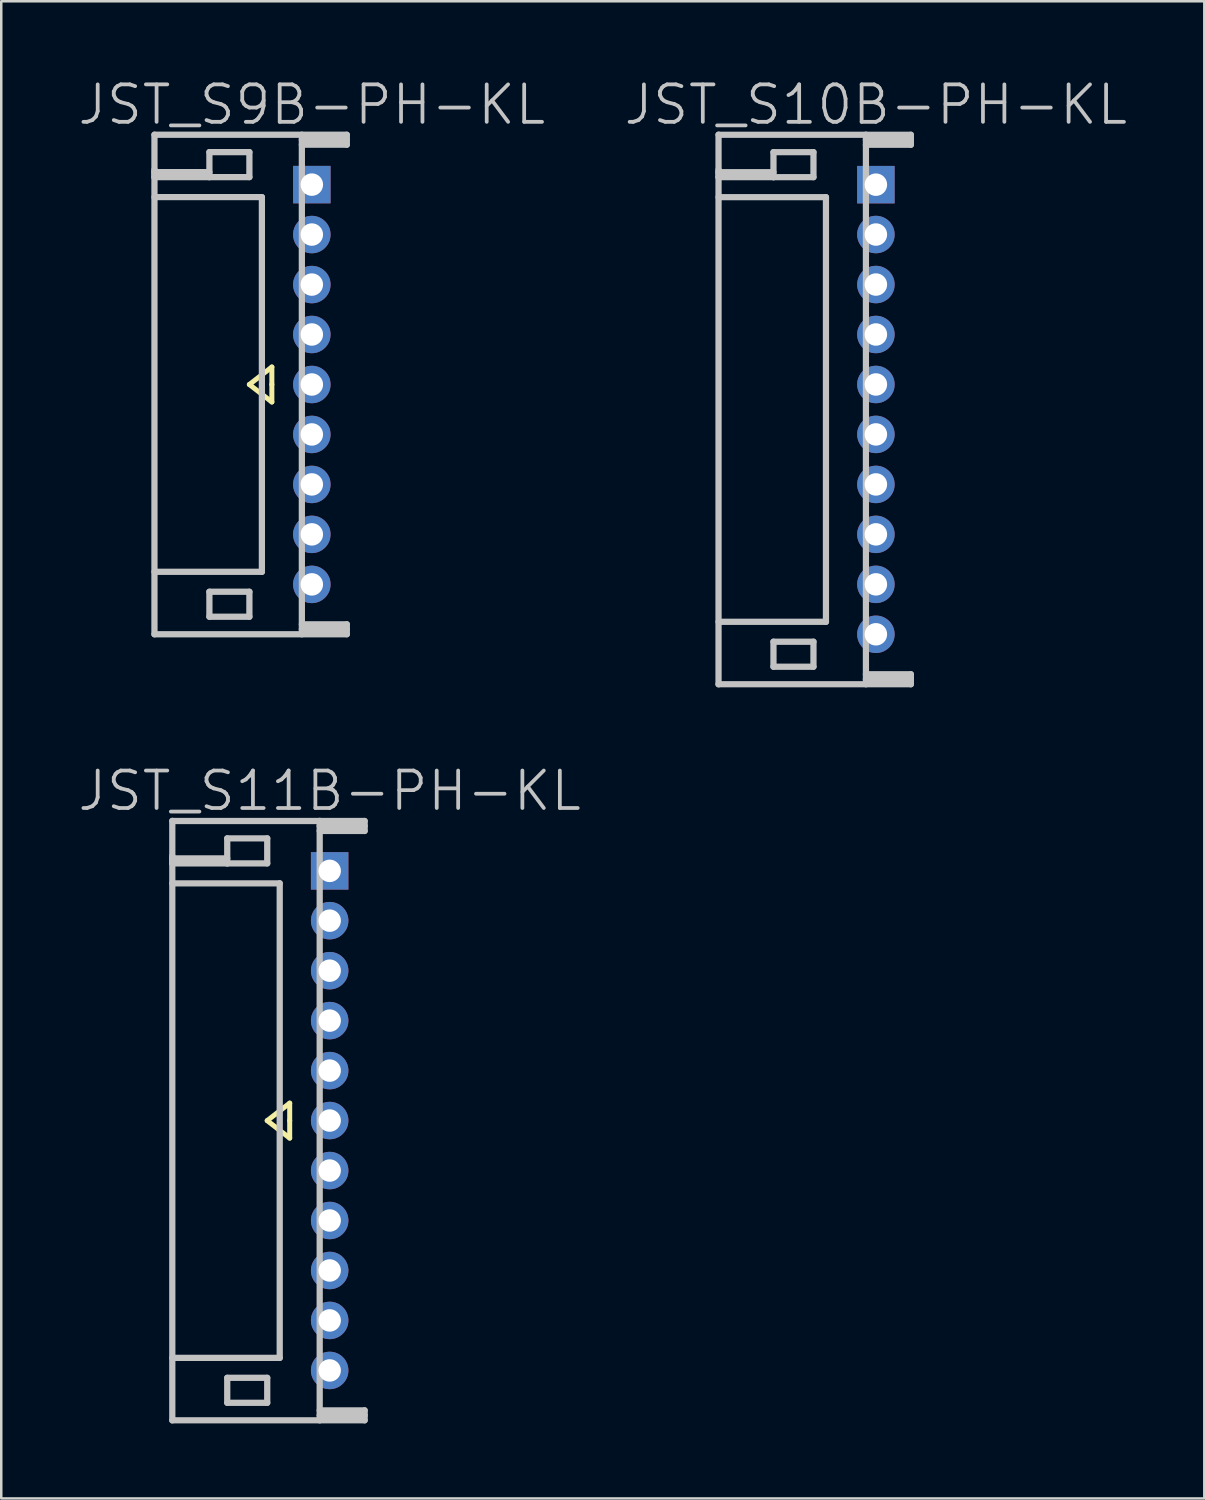
<source format=kicad_pcb>
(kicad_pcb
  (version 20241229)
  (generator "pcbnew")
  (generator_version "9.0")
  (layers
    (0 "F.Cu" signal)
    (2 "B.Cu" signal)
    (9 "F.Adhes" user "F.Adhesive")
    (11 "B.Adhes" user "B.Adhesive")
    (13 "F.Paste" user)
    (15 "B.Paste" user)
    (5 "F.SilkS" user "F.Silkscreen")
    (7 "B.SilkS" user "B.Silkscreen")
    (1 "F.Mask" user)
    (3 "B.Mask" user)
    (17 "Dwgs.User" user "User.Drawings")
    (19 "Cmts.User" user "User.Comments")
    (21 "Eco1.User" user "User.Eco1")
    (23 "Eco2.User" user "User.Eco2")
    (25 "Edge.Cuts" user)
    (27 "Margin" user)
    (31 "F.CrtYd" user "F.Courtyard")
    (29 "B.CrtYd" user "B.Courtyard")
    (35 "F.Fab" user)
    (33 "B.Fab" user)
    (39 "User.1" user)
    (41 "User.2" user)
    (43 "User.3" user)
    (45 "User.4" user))
  (footprint "JST_S10B-PH-KL"
    (layer "F.Cu")
    (at 32.011 13.341)
    (property "Reference" "JST_S10B-PH-KL" (at 0 -12.2 180) (layer "Dwgs.User") (effects (font (size 1.5 1.5) (thickness 0.15))))
    (attr through_hole)
    (fp_line (start -6.299 -11.001) (end -6.299 11.001) (stroke (width 0.25) (type solid)) (layer "Dwgs.User"))
    (fp_line (start -6.299 -9.499) (end -4.1 -9.499) (stroke (width 0.25) (type solid)) (layer "Dwgs.User"))
    (fp_line (start -6.299 -9.299) (end -6.299 -9.599) (stroke (width 0.25) (type solid)) (layer "Dwgs.User"))
    (fp_line (start -6.299 10.998) (end 1.4 10.998) (stroke (width 0.25) (type solid)) (layer "Dwgs.User"))
    (fp_line (start -4.1 -10.3) (end -2.499 -10.3) (stroke (width 0.25) (type solid)) (layer "Dwgs.User"))
    (fp_line (start -4.1 -9.299) (end -6.299 -9.299) (stroke (width 0.25) (type solid)) (layer "Dwgs.User"))
    (fp_line (start -4.1 -9.299) (end -4.1 -10.3) (stroke (width 0.25) (type solid)) (layer "Dwgs.User"))
    (fp_line (start -4.1 9.296) (end -2.499 9.296) (stroke (width 0.25) (type solid)) (layer "Dwgs.User"))
    (fp_line (start -4.1 10.297) (end -4.1 9.296) (stroke (width 0.25) (type solid)) (layer "Dwgs.User"))
    (fp_line (start -2.499 -10.3) (end -2.499 -9.299) (stroke (width 0.25) (type solid)) (layer "Dwgs.User"))
    (fp_line (start -2.499 -9.299) (end -4.1 -9.299) (stroke (width 0.25) (type solid)) (layer "Dwgs.User"))
    (fp_line (start -2.499 9.296) (end -2.499 10.297) (stroke (width 0.25) (type solid)) (layer "Dwgs.User"))
    (fp_line (start -2.499 10.297) (end -4.1 10.297) (stroke (width 0.25) (type solid)) (layer "Dwgs.User"))
    (fp_line (start -1.999 -8.499) (end -6.299 -8.499) (stroke (width 0.25) (type solid)) (layer "Dwgs.User"))
    (fp_line (start -1.999 8.499) (end -6.299 8.499) (stroke (width 0.25) (type solid)) (layer "Dwgs.User"))
    (fp_line (start -1.999 8.499) (end -1.999 -8.499) (stroke (width 0.25) (type solid)) (layer "Dwgs.User"))
    (fp_line (start -0.399 -11.001) (end -0.399 11.001) (stroke (width 0.25) (type solid)) (layer "Dwgs.User"))
    (fp_line (start -0.399 -10.597) (end 1.4 -10.597) (stroke (width 0.25) (type solid)) (layer "Dwgs.User"))
    (fp_line (start 1.4 -10.996) (end -6.299 -10.996) (stroke (width 0.25) (type solid)) (layer "Dwgs.User"))
    (fp_line (start 1.4 -10.795) (end -0.399 -10.795) (stroke (width 0.25) (type solid)) (layer "Dwgs.User"))
    (fp_line (start 1.4 -10.597) (end 1.4 -10.996) (stroke (width 0.25) (type solid)) (layer "Dwgs.User"))
    (fp_line (start 1.4 10.599) (end -0.399 10.599) (stroke (width 0.25) (type solid)) (layer "Dwgs.User"))
    (fp_line (start 1.4 10.798) (end -0.399 10.798) (stroke (width 0.25) (type solid)) (layer "Dwgs.User"))
    (fp_line (start 1.4 10.998) (end 1.4 10.599) (stroke (width 0.25) (type solid)) (layer "Dwgs.User"))
    (pad "1" thru_hole rect (at 0 -8.999 270) (size 1.5 1.5) (drill 0.9) (layers "*.Cu" "*.Mask"))
    (pad "2" thru_hole circle (at 0 -7.003 270) (size 1.5 1.5) (drill 0.9) (layers "*.Cu" "*.Mask"))
    (pad "3" thru_hole circle (at 0 -5.001 270) (size 1.5 1.5) (drill 0.9) (layers "*.Cu" "*.Mask"))
    (pad "4" thru_hole circle (at 0 -3.002 270) (size 1.5 1.5) (drill 0.9) (layers "*.Cu" "*.Mask"))
    (pad "5" thru_hole circle (at 0 -1.001 270) (size 1.5 1.5) (drill 0.9) (layers "*.Cu" "*.Mask"))
    (pad "6" thru_hole circle (at 0 0.998 270) (size 1.5 1.5) (drill 0.9) (layers "*.Cu" "*.Mask"))
    (pad "7" thru_hole circle (at 0 3 270) (size 1.5 1.5) (drill 0.9) (layers "*.Cu" "*.Mask"))
    (pad "8" thru_hole circle (at 0 4.999 270) (size 1.5 1.5) (drill 0.9) (layers "*.Cu" "*.Mask"))
    (pad "9" thru_hole circle (at 0 7 270) (size 1.5 1.5) (drill 0.9) (layers "*.Cu" "*.Mask"))
    (pad "10" thru_hole circle (at 0 8.999 270) (size 1.5 1.5) (drill 0.9) (layers "*.Cu" "*.Mask")))
  (footprint "JST_S9B-PH-KL"
    (layer "F.Cu")
    (at 9.432 12.341)
    (property "Reference" "JST_S9B-PH-KL" (at 0 -11.2 180) (layer "Dwgs.User") (effects (font (size 1.5 1.5) (thickness 0.15))))
    (attr through_hole)
    (fp_line (start -2.5 0) (end -1.6 0.7) (stroke (width 0.2) (type solid)) (layer "F.SilkS"))
    (fp_line (start -1.6 -0.7) (end -2.5 0) (stroke (width 0.2) (type solid)) (layer "F.SilkS"))
    (fp_line (start -1.6 0) (end -1.6 -0.7) (stroke (width 0.2) (type solid)) (layer "F.SilkS"))
    (fp_line (start -1.6 0.7) (end -1.6 0) (stroke (width 0.2) (type solid)) (layer "F.SilkS"))
    (fp_line (start -6.299 -8.5) (end -4.1 -8.5) (stroke (width 0.25) (type solid)) (layer "Dwgs.User"))
    (fp_line (start -6.299 -8.301) (end -6.299 -8.6) (stroke (width 0.25) (type solid)) (layer "Dwgs.User"))
    (fp_line (start -6.299 9.997) (end 1.4 9.997) (stroke (width 0.25) (type solid)) (layer "Dwgs.User"))
    (fp_line (start -6.299 10) (end -6.299 -10) (stroke (width 0.25) (type solid)) (layer "Dwgs.User"))
    (fp_line (start -4.1 -9.301) (end -2.499 -9.301) (stroke (width 0.25) (type solid)) (layer "Dwgs.User"))
    (fp_line (start -4.1 -8.301) (end -6.299 -8.301) (stroke (width 0.25) (type solid)) (layer "Dwgs.User"))
    (fp_line (start -4.1 -8.301) (end -4.1 -9.301) (stroke (width 0.25) (type solid)) (layer "Dwgs.User"))
    (fp_line (start -4.1 8.296) (end -2.499 8.296) (stroke (width 0.25) (type solid)) (layer "Dwgs.User"))
    (fp_line (start -4.1 9.296) (end -4.1 8.296) (stroke (width 0.25) (type solid)) (layer "Dwgs.User"))
    (fp_line (start -2.499 -9.301) (end -2.499 -8.301) (stroke (width 0.25) (type solid)) (layer "Dwgs.User"))
    (fp_line (start -2.499 -8.301) (end -4.1 -8.301) (stroke (width 0.25) (type solid)) (layer "Dwgs.User"))
    (fp_line (start -2.499 8.296) (end -2.499 9.296) (stroke (width 0.25) (type solid)) (layer "Dwgs.User"))
    (fp_line (start -2.499 9.296) (end -4.1 9.296) (stroke (width 0.25) (type solid)) (layer "Dwgs.User"))
    (fp_line (start -1.999 -7.501) (end -6.299 -7.501) (stroke (width 0.25) (type solid)) (layer "Dwgs.User"))
    (fp_line (start -1.999 -7.501) (end -1.999 7.501) (stroke (width 0.25) (type solid)) (layer "Dwgs.User"))
    (fp_line (start -1.999 7.498) (end -6.299 7.498) (stroke (width 0.25) (type solid)) (layer "Dwgs.User"))
    (fp_line (start -0.399 -10) (end -0.399 10) (stroke (width 0.25) (type solid)) (layer "Dwgs.User"))
    (fp_line (start -0.399 -9.599) (end 1.4 -9.599) (stroke (width 0.25) (type solid)) (layer "Dwgs.User"))
    (fp_line (start 1.4 -9.997) (end -6.299 -9.997) (stroke (width 0.25) (type solid)) (layer "Dwgs.User"))
    (fp_line (start 1.4 -9.797) (end -0.399 -9.797) (stroke (width 0.25) (type solid)) (layer "Dwgs.User"))
    (fp_line (start 1.4 -9.599) (end 1.4 -9.997) (stroke (width 0.25) (type solid)) (layer "Dwgs.User"))
    (fp_line (start 1.4 9.599) (end -0.399 9.599) (stroke (width 0.25) (type solid)) (layer "Dwgs.User"))
    (fp_line (start 1.4 9.797) (end -0.399 9.797) (stroke (width 0.25) (type solid)) (layer "Dwgs.User"))
    (fp_line (start 1.4 9.997) (end 1.4 9.599) (stroke (width 0.25) (type solid)) (layer "Dwgs.User"))
    (pad "1" thru_hole rect (at 0 -8.001) (size 1.5 1.5) (drill 0.9) (layers "*.Cu" "*.Mask"))
    (pad "2" thru_hole circle (at 0 -6.002 270) (size 1.5 1.5) (drill 0.9) (layers "*.Cu" "*.Mask"))
    (pad "3" thru_hole circle (at 0 -4 270) (size 1.5 1.5) (drill 0.9) (layers "*.Cu" "*.Mask"))
    (pad "4" thru_hole circle (at 0 -2.002 270) (size 1.5 1.5) (drill 0.9) (layers "*.Cu" "*.Mask"))
    (pad "5" thru_hole circle (at 0 0 270) (size 1.5 1.5) (drill 0.9) (layers "*.Cu" "*.Mask"))
    (pad "6" thru_hole circle (at 0 1.999 270) (size 1.5 1.5) (drill 0.9) (layers "*.Cu" "*.Mask"))
    (pad "7" thru_hole circle (at 0 4 270) (size 1.5 1.5) (drill 0.9) (layers "*.Cu" "*.Mask"))
    (pad "8" thru_hole circle (at 0 5.999 270) (size 1.5 1.5) (drill 0.9) (layers "*.Cu" "*.Mask"))
    (pad "9" thru_hole circle (at 0 8.001 270) (size 1.5 1.5) (drill 0.9) (layers "*.Cu" "*.Mask")))
  (footprint "JST_S11B-PH-KL"
    (layer "F.Cu")
    (at 10.146 41.807)
    (property "Reference" "JST_S11B-PH-KL" (at 0 -13.2 180) (layer "Dwgs.User") (effects (font (size 1.5 1.5) (thickness 0.15))))
    (attr through_hole)
    (fp_line (start -2.5 0) (end -1.6 0.7) (stroke (width 0.2) (type solid)) (layer "F.SilkS"))
    (fp_line (start -1.6 -0.7) (end -2.5 0) (stroke (width 0.2) (type solid)) (layer "F.SilkS"))
    (fp_line (start -1.6 0) (end -1.6 -0.7) (stroke (width 0.2) (type solid)) (layer "F.SilkS"))
    (fp_line (start -1.6 0.7) (end -1.6 0) (stroke (width 0.2) (type solid)) (layer "F.SilkS"))
    (fp_line (start -6.299 -11.999) (end -6.299 11.999) (stroke (width 0.25) (type solid)) (layer "Dwgs.User"))
    (fp_line (start -6.299 -10.497) (end -4.1 -10.497) (stroke (width 0.25) (type solid)) (layer "Dwgs.User"))
    (fp_line (start -6.299 -10.297) (end -6.299 -10.597) (stroke (width 0.25) (type solid)) (layer "Dwgs.User"))
    (fp_line (start -6.299 11.996) (end 1.4 11.996) (stroke (width 0.25) (type solid)) (layer "Dwgs.User"))
    (fp_line (start -4.1 -11.298) (end -2.499 -11.298) (stroke (width 0.25) (type solid)) (layer "Dwgs.User"))
    (fp_line (start -4.1 -10.297) (end -6.299 -10.297) (stroke (width 0.25) (type solid)) (layer "Dwgs.User"))
    (fp_line (start -4.1 -10.297) (end -4.1 -11.298) (stroke (width 0.25) (type solid)) (layer "Dwgs.User"))
    (fp_line (start -4.1 10.295) (end -2.499 10.295) (stroke (width 0.25) (type solid)) (layer "Dwgs.User"))
    (fp_line (start -4.1 11.295) (end -4.1 10.295) (stroke (width 0.25) (type solid)) (layer "Dwgs.User"))
    (fp_line (start -2.499 -11.298) (end -2.499 -10.297) (stroke (width 0.25) (type solid)) (layer "Dwgs.User"))
    (fp_line (start -2.499 -10.297) (end -4.1 -10.297) (stroke (width 0.25) (type solid)) (layer "Dwgs.User"))
    (fp_line (start -2.499 10.295) (end -2.499 11.295) (stroke (width 0.25) (type solid)) (layer "Dwgs.User"))
    (fp_line (start -2.499 11.295) (end -4.1 11.295) (stroke (width 0.25) (type solid)) (layer "Dwgs.User"))
    (fp_line (start -1.999 -9.5) (end -1.999 9.5) (stroke (width 0.25) (type solid)) (layer "Dwgs.User"))
    (fp_line (start -1.999 -9.497) (end -6.299 -9.497) (stroke (width 0.25) (type solid)) (layer "Dwgs.User"))
    (fp_line (start -1.999 9.497) (end -6.299 9.497) (stroke (width 0.25) (type solid)) (layer "Dwgs.User"))
    (fp_line (start -0.399 -11.595) (end 1.4 -11.595) (stroke (width 0.25) (type solid)) (layer "Dwgs.User"))
    (fp_line (start -0.399 11.999) (end -0.399 -11.999) (stroke (width 0.25) (type solid)) (layer "Dwgs.User"))
    (fp_line (start 1.4 -11.994) (end -6.299 -11.994) (stroke (width 0.25) (type solid)) (layer "Dwgs.User"))
    (fp_line (start 1.4 -11.793) (end -0.399 -11.793) (stroke (width 0.25) (type solid)) (layer "Dwgs.User"))
    (fp_line (start 1.4 -11.595) (end 1.4 -11.994) (stroke (width 0.25) (type solid)) (layer "Dwgs.User"))
    (fp_line (start 1.4 11.598) (end -0.399 11.598) (stroke (width 0.25) (type solid)) (layer "Dwgs.User"))
    (fp_line (start 1.4 11.796) (end -0.399 11.796) (stroke (width 0.25) (type solid)) (layer "Dwgs.User"))
    (fp_line (start 1.4 11.996) (end 1.4 11.598) (stroke (width 0.25) (type solid)) (layer "Dwgs.User"))
    (pad "1" thru_hole rect (at 0 -9.997) (size 1.5 1.5) (drill 0.9) (layers "*.Cu" "*.Mask"))
    (pad "2" thru_hole circle (at 0 -8.004 270) (size 1.5 1.5) (drill 0.9) (layers "*.Cu" "*.Mask"))
    (pad "3" thru_hole circle (at 0 -6.002 270) (size 1.5 1.5) (drill 0.9) (layers "*.Cu" "*.Mask"))
    (pad "4" thru_hole circle (at 0 -4.003 270) (size 1.5 1.5) (drill 0.9) (layers "*.Cu" "*.Mask"))
    (pad "5" thru_hole circle (at 0 -2.002 270) (size 1.5 1.5) (drill 0.9) (layers "*.Cu" "*.Mask"))
    (pad "6" thru_hole circle (at 0 -0.003 270) (size 1.5 1.5) (drill 0.9) (layers "*.Cu" "*.Mask"))
    (pad "7" thru_hole circle (at 0 1.999 270) (size 1.5 1.5) (drill 0.9) (layers "*.Cu" "*.Mask"))
    (pad "8" thru_hole circle (at 0 3.998 270) (size 1.5 1.5) (drill 0.9) (layers "*.Cu" "*.Mask"))
    (pad "9" thru_hole circle (at 0 5.999 270) (size 1.5 1.5) (drill 0.9) (layers "*.Cu" "*.Mask"))
    (pad "10" thru_hole circle (at 0 7.998 270) (size 1.5 1.5) (drill 0.9) (layers "*.Cu" "*.Mask"))
    (pad "11" thru_hole circle (at 0 10 270) (size 1.5 1.5) (drill 0.9) (layers "*.Cu" "*.Mask")))
  (gr_rect
    (start -3 -3)
    (end 45.157 56.931)
    (stroke (width 0.1) (type default))
    (fill no)
    (layer "Edge.Cuts")))
</source>
